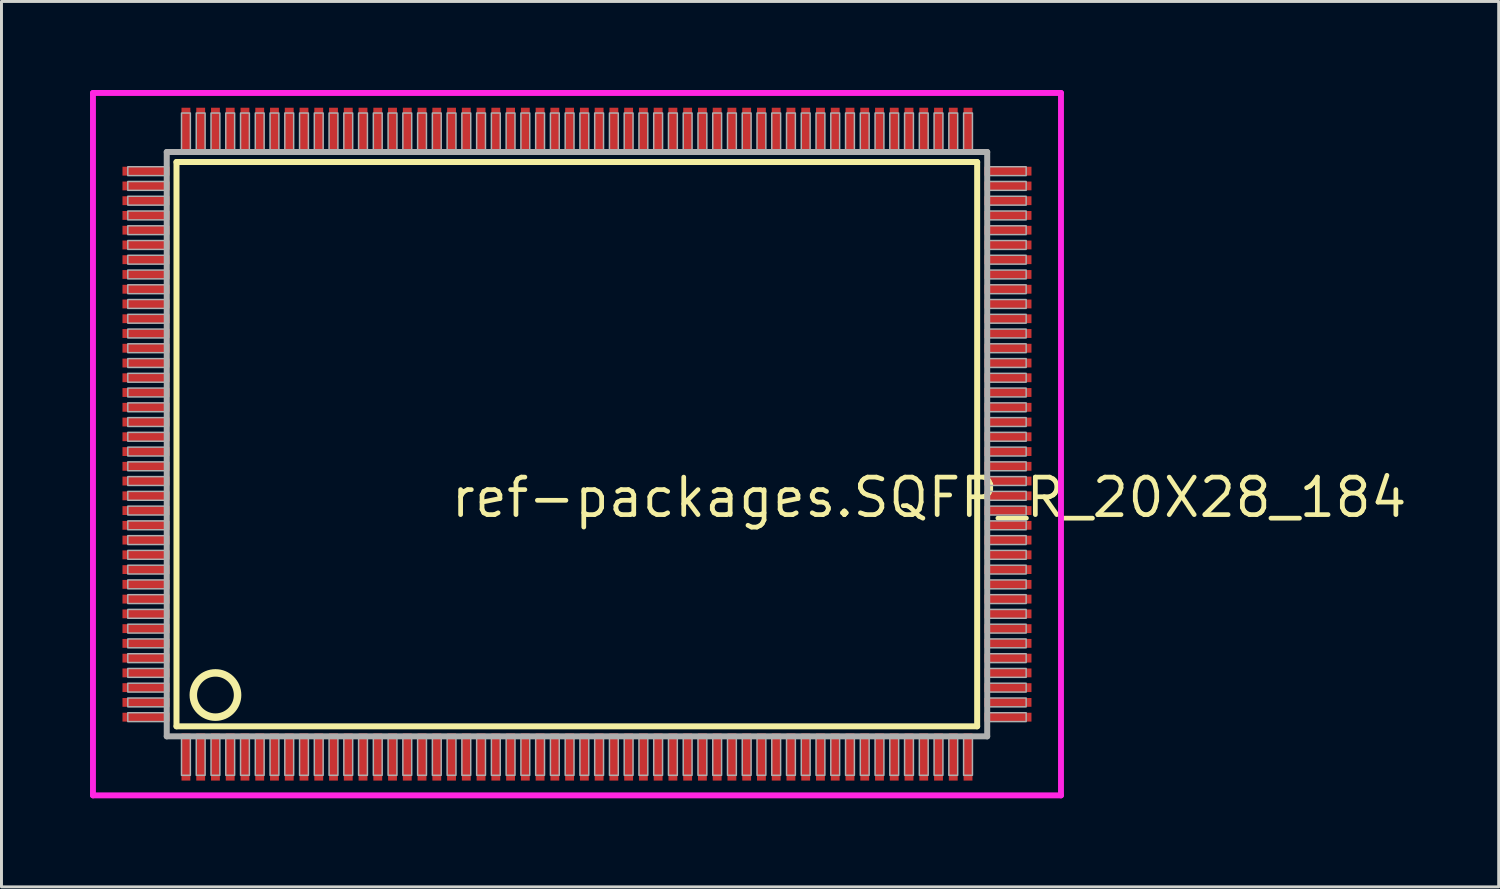
<source format=kicad_pcb>
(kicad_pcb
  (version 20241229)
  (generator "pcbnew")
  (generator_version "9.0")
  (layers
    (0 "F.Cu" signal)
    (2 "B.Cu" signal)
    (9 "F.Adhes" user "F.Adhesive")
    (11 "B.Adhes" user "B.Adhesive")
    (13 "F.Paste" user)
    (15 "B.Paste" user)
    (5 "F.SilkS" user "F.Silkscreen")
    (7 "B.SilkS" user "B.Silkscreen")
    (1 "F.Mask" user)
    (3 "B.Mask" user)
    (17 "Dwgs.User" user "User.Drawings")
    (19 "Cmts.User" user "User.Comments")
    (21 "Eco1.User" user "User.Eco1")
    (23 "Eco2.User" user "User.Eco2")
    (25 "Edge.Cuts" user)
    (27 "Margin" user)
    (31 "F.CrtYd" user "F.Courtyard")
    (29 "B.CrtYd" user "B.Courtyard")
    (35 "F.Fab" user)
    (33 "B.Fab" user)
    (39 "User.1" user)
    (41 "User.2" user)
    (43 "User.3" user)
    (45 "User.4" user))
  (footprint "ref-packages.SQFP_R_20X28_184"
    (layer "F.Cu")
    (at 16.5 12)
    (property "Reference" "ref-packages.SQFP_R_20X28_184" (at -4.35 2.55 0) (layer "F.SilkS") (effects (font (size 1.27 1.27) (thickness 0.16)) (justify left bottom)))
    (attr smd)
    (fp_line (start -13.57 -9.56) (end 13.56 -9.56) (stroke (width 0.203) (type default)) (layer "F.SilkS"))
    (fp_line (start -13.57 9.56) (end -13.57 -9.56) (stroke (width 0.203) (type default)) (layer "F.SilkS"))
    (fp_line (start 13.56 -9.56) (end 13.56 9.56) (stroke (width 0.203) (type default)) (layer "F.SilkS"))
    (fp_line (start 13.56 9.56) (end -13.57 9.56) (stroke (width 0.203) (type default)) (layer "F.SilkS"))
    (fp_circle (center -12.25 8.5) (end -11.5 8.5) (stroke (width 0.254) (type default)) (fill no) (layer "F.SilkS"))
    (fp_line (start -16.4 -11.9) (end 16.4 -11.9) (stroke (width 0.2) (type default)) (layer "F.CrtYd"))
    (fp_line (start -16.4 11.9) (end -16.4 -11.9) (stroke (width 0.2) (type default)) (layer "F.CrtYd"))
    (fp_line (start 16.4 -11.9) (end 16.4 11.9) (stroke (width 0.2) (type default)) (layer "F.CrtYd"))
    (fp_line (start 16.4 11.9) (end -16.4 11.9) (stroke (width 0.2) (type default)) (layer "F.CrtYd"))
    (fp_line (start -13.9 -9.9) (end -13.9 9.9) (stroke (width 0.203) (type default)) (layer "F.Fab"))
    (fp_line (start -13.9 9.9) (end 13.9 9.9) (stroke (width 0.203) (type default)) (layer "F.Fab"))
    (fp_line (start 13.9 -9.9) (end -13.9 -9.9) (stroke (width 0.203) (type default)) (layer "F.Fab"))
    (fp_line (start 13.9 9.9) (end 13.9 -9.9) (stroke (width 0.203) (type default)) (layer "F.Fab"))
    (fp_rect (start -15.22 -9.1) (end -13.95 -9.4) (stroke (width 0.05) (type default)) (fill no) (layer "F.Fab"))
    (fp_rect (start -15.22 -8.6) (end -13.95 -8.9) (stroke (width 0.05) (type default)) (fill no) (layer "F.Fab"))
    (fp_rect (start -15.22 -8.1) (end -13.95 -8.4) (stroke (width 0.05) (type default)) (fill no) (layer "F.Fab"))
    (fp_rect (start -15.22 -7.6) (end -13.95 -7.9) (stroke (width 0.05) (type default)) (fill no) (layer "F.Fab"))
    (fp_rect (start -15.22 -7.1) (end -13.95 -7.4) (stroke (width 0.05) (type default)) (fill no) (layer "F.Fab"))
    (fp_rect (start -15.22 -6.6) (end -13.95 -6.9) (stroke (width 0.05) (type default)) (fill no) (layer "F.Fab"))
    (fp_rect (start -15.22 -6.1) (end -13.95 -6.4) (stroke (width 0.05) (type default)) (fill no) (layer "F.Fab"))
    (fp_rect (start -15.22 -5.6) (end -13.95 -5.9) (stroke (width 0.05) (type default)) (fill no) (layer "F.Fab"))
    (fp_rect (start -15.22 -5.1) (end -13.95 -5.4) (stroke (width 0.05) (type default)) (fill no) (layer "F.Fab"))
    (fp_rect (start -15.22 -4.6) (end -13.95 -4.9) (stroke (width 0.05) (type default)) (fill no) (layer "F.Fab"))
    (fp_rect (start -15.22 -4.1) (end -13.95 -4.4) (stroke (width 0.05) (type default)) (fill no) (layer "F.Fab"))
    (fp_rect (start -15.22 -3.6) (end -13.95 -3.9) (stroke (width 0.05) (type default)) (fill no) (layer "F.Fab"))
    (fp_rect (start -15.22 -3.1) (end -13.95 -3.4) (stroke (width 0.05) (type default)) (fill no) (layer "F.Fab"))
    (fp_rect (start -15.22 -2.6) (end -13.95 -2.9) (stroke (width 0.05) (type default)) (fill no) (layer "F.Fab"))
    (fp_rect (start -15.22 -2.1) (end -13.95 -2.4) (stroke (width 0.05) (type default)) (fill no) (layer "F.Fab"))
    (fp_rect (start -15.22 -1.6) (end -13.95 -1.9) (stroke (width 0.05) (type default)) (fill no) (layer "F.Fab"))
    (fp_rect (start -15.22 -1.1) (end -13.95 -1.4) (stroke (width 0.05) (type default)) (fill no) (layer "F.Fab"))
    (fp_rect (start -15.22 -0.6) (end -13.95 -0.9) (stroke (width 0.05) (type default)) (fill no) (layer "F.Fab"))
    (fp_rect (start -15.22 -0.1) (end -13.95 -0.4) (stroke (width 0.05) (type default)) (fill no) (layer "F.Fab"))
    (fp_rect (start -15.22 0.4) (end -13.95 0.1) (stroke (width 0.05) (type default)) (fill no) (layer "F.Fab"))
    (fp_rect (start -15.22 0.9) (end -13.95 0.6) (stroke (width 0.05) (type default)) (fill no) (layer "F.Fab"))
    (fp_rect (start -15.22 1.4) (end -13.95 1.1) (stroke (width 0.05) (type default)) (fill no) (layer "F.Fab"))
    (fp_rect (start -15.22 1.9) (end -13.95 1.6) (stroke (width 0.05) (type default)) (fill no) (layer "F.Fab"))
    (fp_rect (start -15.22 2.4) (end -13.95 2.1) (stroke (width 0.05) (type default)) (fill no) (layer "F.Fab"))
    (fp_rect (start -15.22 2.9) (end -13.95 2.6) (stroke (width 0.05) (type default)) (fill no) (layer "F.Fab"))
    (fp_rect (start -15.22 3.4) (end -13.95 3.1) (stroke (width 0.05) (type default)) (fill no) (layer "F.Fab"))
    (fp_rect (start -15.22 3.9) (end -13.95 3.6) (stroke (width 0.05) (type default)) (fill no) (layer "F.Fab"))
    (fp_rect (start -15.22 4.4) (end -13.95 4.1) (stroke (width 0.05) (type default)) (fill no) (layer "F.Fab"))
    (fp_rect (start -15.22 4.9) (end -13.95 4.6) (stroke (width 0.05) (type default)) (fill no) (layer "F.Fab"))
    (fp_rect (start -15.22 5.4) (end -13.95 5.1) (stroke (width 0.05) (type default)) (fill no) (layer "F.Fab"))
    (fp_rect (start -15.22 5.9) (end -13.95 5.6) (stroke (width 0.05) (type default)) (fill no) (layer "F.Fab"))
    (fp_rect (start -15.22 6.4) (end -13.95 6.1) (stroke (width 0.05) (type default)) (fill no) (layer "F.Fab"))
    (fp_rect (start -15.22 6.9) (end -13.95 6.6) (stroke (width 0.05) (type default)) (fill no) (layer "F.Fab"))
    (fp_rect (start -15.22 7.4) (end -13.95 7.1) (stroke (width 0.05) (type default)) (fill no) (layer "F.Fab"))
    (fp_rect (start -15.22 7.9) (end -13.95 7.6) (stroke (width 0.05) (type default)) (fill no) (layer "F.Fab"))
    (fp_rect (start -15.22 8.4) (end -13.95 8.1) (stroke (width 0.05) (type default)) (fill no) (layer "F.Fab"))
    (fp_rect (start -15.22 8.9) (end -13.95 8.6) (stroke (width 0.05) (type default)) (fill no) (layer "F.Fab"))
    (fp_rect (start -15.22 9.4) (end -13.95 9.1) (stroke (width 0.05) (type default)) (fill no) (layer "F.Fab"))
    (fp_rect (start -13.4 -9.95) (end -13.1 -11.22) (stroke (width 0.05) (type default)) (fill no) (layer "F.Fab"))
    (fp_rect (start -13.4 11.22) (end -13.1 9.95) (stroke (width 0.05) (type default)) (fill no) (layer "F.Fab"))
    (fp_rect (start -12.9 -9.95) (end -12.6 -11.22) (stroke (width 0.05) (type default)) (fill no) (layer "F.Fab"))
    (fp_rect (start -12.9 11.22) (end -12.6 9.95) (stroke (width 0.05) (type default)) (fill no) (layer "F.Fab"))
    (fp_rect (start -12.4 -9.95) (end -12.1 -11.22) (stroke (width 0.05) (type default)) (fill no) (layer "F.Fab"))
    (fp_rect (start -12.4 11.22) (end -12.1 9.95) (stroke (width 0.05) (type default)) (fill no) (layer "F.Fab"))
    (fp_rect (start -11.9 -9.95) (end -11.6 -11.22) (stroke (width 0.05) (type default)) (fill no) (layer "F.Fab"))
    (fp_rect (start -11.9 11.22) (end -11.6 9.95) (stroke (width 0.05) (type default)) (fill no) (layer "F.Fab"))
    (fp_rect (start -11.4 -9.95) (end -11.1 -11.22) (stroke (width 0.05) (type default)) (fill no) (layer "F.Fab"))
    (fp_rect (start -11.4 11.22) (end -11.1 9.95) (stroke (width 0.05) (type default)) (fill no) (layer "F.Fab"))
    (fp_rect (start -10.9 -9.95) (end -10.6 -11.22) (stroke (width 0.05) (type default)) (fill no) (layer "F.Fab"))
    (fp_rect (start -10.9 11.22) (end -10.6 9.95) (stroke (width 0.05) (type default)) (fill no) (layer "F.Fab"))
    (fp_rect (start -10.4 -9.95) (end -10.1 -11.22) (stroke (width 0.05) (type default)) (fill no) (layer "F.Fab"))
    (fp_rect (start -10.4 11.22) (end -10.1 9.95) (stroke (width 0.05) (type default)) (fill no) (layer "F.Fab"))
    (fp_rect (start -9.9 -9.95) (end -9.6 -11.22) (stroke (width 0.05) (type default)) (fill no) (layer "F.Fab"))
    (fp_rect (start -9.9 11.22) (end -9.6 9.95) (stroke (width 0.05) (type default)) (fill no) (layer "F.Fab"))
    (fp_rect (start -9.4 -9.95) (end -9.1 -11.22) (stroke (width 0.05) (type default)) (fill no) (layer "F.Fab"))
    (fp_rect (start -9.4 11.22) (end -9.1 9.95) (stroke (width 0.05) (type default)) (fill no) (layer "F.Fab"))
    (fp_rect (start -8.9 -9.95) (end -8.6 -11.22) (stroke (width 0.05) (type default)) (fill no) (layer "F.Fab"))
    (fp_rect (start -8.9 11.22) (end -8.6 9.95) (stroke (width 0.05) (type default)) (fill no) (layer "F.Fab"))
    (fp_rect (start -8.4 -9.95) (end -8.1 -11.22) (stroke (width 0.05) (type default)) (fill no) (layer "F.Fab"))
    (fp_rect (start -8.4 11.22) (end -8.1 9.95) (stroke (width 0.05) (type default)) (fill no) (layer "F.Fab"))
    (fp_rect (start -7.9 -9.95) (end -7.6 -11.22) (stroke (width 0.05) (type default)) (fill no) (layer "F.Fab"))
    (fp_rect (start -7.9 11.22) (end -7.6 9.95) (stroke (width 0.05) (type default)) (fill no) (layer "F.Fab"))
    (fp_rect (start -7.4 -9.95) (end -7.1 -11.22) (stroke (width 0.05) (type default)) (fill no) (layer "F.Fab"))
    (fp_rect (start -7.4 11.22) (end -7.1 9.95) (stroke (width 0.05) (type default)) (fill no) (layer "F.Fab"))
    (fp_rect (start -6.9 -9.95) (end -6.6 -11.22) (stroke (width 0.05) (type default)) (fill no) (layer "F.Fab"))
    (fp_rect (start -6.9 11.22) (end -6.6 9.95) (stroke (width 0.05) (type default)) (fill no) (layer "F.Fab"))
    (fp_rect (start -6.4 -9.95) (end -6.1 -11.22) (stroke (width 0.05) (type default)) (fill no) (layer "F.Fab"))
    (fp_rect (start -6.4 11.22) (end -6.1 9.95) (stroke (width 0.05) (type default)) (fill no) (layer "F.Fab"))
    (fp_rect (start -5.9 -9.95) (end -5.6 -11.22) (stroke (width 0.05) (type default)) (fill no) (layer "F.Fab"))
    (fp_rect (start -5.9 11.22) (end -5.6 9.95) (stroke (width 0.05) (type default)) (fill no) (layer "F.Fab"))
    (fp_rect (start -5.4 -9.95) (end -5.1 -11.22) (stroke (width 0.05) (type default)) (fill no) (layer "F.Fab"))
    (fp_rect (start -5.4 11.22) (end -5.1 9.95) (stroke (width 0.05) (type default)) (fill no) (layer "F.Fab"))
    (fp_rect (start -4.9 -9.95) (end -4.6 -11.22) (stroke (width 0.05) (type default)) (fill no) (layer "F.Fab"))
    (fp_rect (start -4.9 11.22) (end -4.6 9.95) (stroke (width 0.05) (type default)) (fill no) (layer "F.Fab"))
    (fp_rect (start -4.4 -9.95) (end -4.1 -11.22) (stroke (width 0.05) (type default)) (fill no) (layer "F.Fab"))
    (fp_rect (start -4.4 11.22) (end -4.1 9.95) (stroke (width 0.05) (type default)) (fill no) (layer "F.Fab"))
    (fp_rect (start -3.9 -9.95) (end -3.6 -11.22) (stroke (width 0.05) (type default)) (fill no) (layer "F.Fab"))
    (fp_rect (start -3.9 11.22) (end -3.6 9.95) (stroke (width 0.05) (type default)) (fill no) (layer "F.Fab"))
    (fp_rect (start -3.4 -9.95) (end -3.1 -11.22) (stroke (width 0.05) (type default)) (fill no) (layer "F.Fab"))
    (fp_rect (start -3.4 11.22) (end -3.1 9.95) (stroke (width 0.05) (type default)) (fill no) (layer "F.Fab"))
    (fp_rect (start -2.9 -9.95) (end -2.6 -11.22) (stroke (width 0.05) (type default)) (fill no) (layer "F.Fab"))
    (fp_rect (start -2.9 11.22) (end -2.6 9.95) (stroke (width 0.05) (type default)) (fill no) (layer "F.Fab"))
    (fp_rect (start -2.4 -9.95) (end -2.1 -11.22) (stroke (width 0.05) (type default)) (fill no) (layer "F.Fab"))
    (fp_rect (start -2.4 11.22) (end -2.1 9.95) (stroke (width 0.05) (type default)) (fill no) (layer "F.Fab"))
    (fp_rect (start -1.9 -9.95) (end -1.6 -11.22) (stroke (width 0.05) (type default)) (fill no) (layer "F.Fab"))
    (fp_rect (start -1.9 11.22) (end -1.6 9.95) (stroke (width 0.05) (type default)) (fill no) (layer "F.Fab"))
    (fp_rect (start -1.4 -9.95) (end -1.1 -11.22) (stroke (width 0.05) (type default)) (fill no) (layer "F.Fab"))
    (fp_rect (start -1.4 11.22) (end -1.1 9.95) (stroke (width 0.05) (type default)) (fill no) (layer "F.Fab"))
    (fp_rect (start -0.9 -9.95) (end -0.6 -11.22) (stroke (width 0.05) (type default)) (fill no) (layer "F.Fab"))
    (fp_rect (start -0.9 11.22) (end -0.6 9.95) (stroke (width 0.05) (type default)) (fill no) (layer "F.Fab"))
    (fp_rect (start -0.4 -9.95) (end -0.1 -11.22) (stroke (width 0.05) (type default)) (fill no) (layer "F.Fab"))
    (fp_rect (start -0.4 11.22) (end -0.1 9.95) (stroke (width 0.05) (type default)) (fill no) (layer "F.Fab"))
    (fp_rect (start 0.1 -9.95) (end 0.4 -11.22) (stroke (width 0.05) (type default)) (fill no) (layer "F.Fab"))
    (fp_rect (start 0.1 11.22) (end 0.4 9.95) (stroke (width 0.05) (type default)) (fill no) (layer "F.Fab"))
    (fp_rect (start 0.6 -9.95) (end 0.9 -11.22) (stroke (width 0.05) (type default)) (fill no) (layer "F.Fab"))
    (fp_rect (start 0.6 11.22) (end 0.9 9.95) (stroke (width 0.05) (type default)) (fill no) (layer "F.Fab"))
    (fp_rect (start 1.1 -9.95) (end 1.4 -11.22) (stroke (width 0.05) (type default)) (fill no) (layer "F.Fab"))
    (fp_rect (start 1.1 11.22) (end 1.4 9.95) (stroke (width 0.05) (type default)) (fill no) (layer "F.Fab"))
    (fp_rect (start 1.6 -9.95) (end 1.9 -11.22) (stroke (width 0.05) (type default)) (fill no) (layer "F.Fab"))
    (fp_rect (start 1.6 11.22) (end 1.9 9.95) (stroke (width 0.05) (type default)) (fill no) (layer "F.Fab"))
    (fp_rect (start 2.1 -9.95) (end 2.4 -11.22) (stroke (width 0.05) (type default)) (fill no) (layer "F.Fab"))
    (fp_rect (start 2.1 11.22) (end 2.4 9.95) (stroke (width 0.05) (type default)) (fill no) (layer "F.Fab"))
    (fp_rect (start 2.6 -9.95) (end 2.9 -11.22) (stroke (width 0.05) (type default)) (fill no) (layer "F.Fab"))
    (fp_rect (start 2.6 11.22) (end 2.9 9.95) (stroke (width 0.05) (type default)) (fill no) (layer "F.Fab"))
    (fp_rect (start 3.1 -9.95) (end 3.4 -11.22) (stroke (width 0.05) (type default)) (fill no) (layer "F.Fab"))
    (fp_rect (start 3.1 11.22) (end 3.4 9.95) (stroke (width 0.05) (type default)) (fill no) (layer "F.Fab"))
    (fp_rect (start 3.6 -9.95) (end 3.9 -11.22) (stroke (width 0.05) (type default)) (fill no) (layer "F.Fab"))
    (fp_rect (start 3.6 11.22) (end 3.9 9.95) (stroke (width 0.05) (type default)) (fill no) (layer "F.Fab"))
    (fp_rect (start 4.1 -9.95) (end 4.4 -11.22) (stroke (width 0.05) (type default)) (fill no) (layer "F.Fab"))
    (fp_rect (start 4.1 11.22) (end 4.4 9.95) (stroke (width 0.05) (type default)) (fill no) (layer "F.Fab"))
    (fp_rect (start 4.6 -9.95) (end 4.9 -11.22) (stroke (width 0.05) (type default)) (fill no) (layer "F.Fab"))
    (fp_rect (start 4.6 11.22) (end 4.9 9.95) (stroke (width 0.05) (type default)) (fill no) (layer "F.Fab"))
    (fp_rect (start 5.1 -9.95) (end 5.4 -11.22) (stroke (width 0.05) (type default)) (fill no) (layer "F.Fab"))
    (fp_rect (start 5.1 11.22) (end 5.4 9.95) (stroke (width 0.05) (type default)) (fill no) (layer "F.Fab"))
    (fp_rect (start 5.6 -9.95) (end 5.9 -11.22) (stroke (width 0.05) (type default)) (fill no) (layer "F.Fab"))
    (fp_rect (start 5.6 11.22) (end 5.9 9.95) (stroke (width 0.05) (type default)) (fill no) (layer "F.Fab"))
    (fp_rect (start 6.1 -9.95) (end 6.4 -11.22) (stroke (width 0.05) (type default)) (fill no) (layer "F.Fab"))
    (fp_rect (start 6.1 11.22) (end 6.4 9.95) (stroke (width 0.05) (type default)) (fill no) (layer "F.Fab"))
    (fp_rect (start 6.6 -9.95) (end 6.9 -11.22) (stroke (width 0.05) (type default)) (fill no) (layer "F.Fab"))
    (fp_rect (start 6.6 11.22) (end 6.9 9.95) (stroke (width 0.05) (type default)) (fill no) (layer "F.Fab"))
    (fp_rect (start 7.1 -9.95) (end 7.4 -11.22) (stroke (width 0.05) (type default)) (fill no) (layer "F.Fab"))
    (fp_rect (start 7.1 11.22) (end 7.4 9.95) (stroke (width 0.05) (type default)) (fill no) (layer "F.Fab"))
    (fp_rect (start 7.6 -9.95) (end 7.9 -11.22) (stroke (width 0.05) (type default)) (fill no) (layer "F.Fab"))
    (fp_rect (start 7.6 11.22) (end 7.9 9.95) (stroke (width 0.05) (type default)) (fill no) (layer "F.Fab"))
    (fp_rect (start 8.1 -9.95) (end 8.4 -11.22) (stroke (width 0.05) (type default)) (fill no) (layer "F.Fab"))
    (fp_rect (start 8.1 11.22) (end 8.4 9.95) (stroke (width 0.05) (type default)) (fill no) (layer "F.Fab"))
    (fp_rect (start 8.6 -9.95) (end 8.9 -11.22) (stroke (width 0.05) (type default)) (fill no) (layer "F.Fab"))
    (fp_rect (start 8.6 11.22) (end 8.9 9.95) (stroke (width 0.05) (type default)) (fill no) (layer "F.Fab"))
    (fp_rect (start 9.1 -9.95) (end 9.4 -11.22) (stroke (width 0.05) (type default)) (fill no) (layer "F.Fab"))
    (fp_rect (start 9.1 11.22) (end 9.4 9.95) (stroke (width 0.05) (type default)) (fill no) (layer "F.Fab"))
    (fp_rect (start 9.6 -9.95) (end 9.9 -11.22) (stroke (width 0.05) (type default)) (fill no) (layer "F.Fab"))
    (fp_rect (start 9.6 11.22) (end 9.9 9.95) (stroke (width 0.05) (type default)) (fill no) (layer "F.Fab"))
    (fp_rect (start 10.1 -9.95) (end 10.4 -11.22) (stroke (width 0.05) (type default)) (fill no) (layer "F.Fab"))
    (fp_rect (start 10.1 11.22) (end 10.4 9.95) (stroke (width 0.05) (type default)) (fill no) (layer "F.Fab"))
    (fp_rect (start 10.6 -9.95) (end 10.9 -11.22) (stroke (width 0.05) (type default)) (fill no) (layer "F.Fab"))
    (fp_rect (start 10.6 11.22) (end 10.9 9.95) (stroke (width 0.05) (type default)) (fill no) (layer "F.Fab"))
    (fp_rect (start 11.1 -9.95) (end 11.4 -11.22) (stroke (width 0.05) (type default)) (fill no) (layer "F.Fab"))
    (fp_rect (start 11.1 11.22) (end 11.4 9.95) (stroke (width 0.05) (type default)) (fill no) (layer "F.Fab"))
    (fp_rect (start 11.6 -9.95) (end 11.9 -11.22) (stroke (width 0.05) (type default)) (fill no) (layer "F.Fab"))
    (fp_rect (start 11.6 11.22) (end 11.9 9.95) (stroke (width 0.05) (type default)) (fill no) (layer "F.Fab"))
    (fp_rect (start 12.1 -9.95) (end 12.4 -11.22) (stroke (width 0.05) (type default)) (fill no) (layer "F.Fab"))
    (fp_rect (start 12.1 11.22) (end 12.4 9.95) (stroke (width 0.05) (type default)) (fill no) (layer "F.Fab"))
    (fp_rect (start 12.6 -9.95) (end 12.9 -11.22) (stroke (width 0.05) (type default)) (fill no) (layer "F.Fab"))
    (fp_rect (start 12.6 11.22) (end 12.9 9.95) (stroke (width 0.05) (type default)) (fill no) (layer "F.Fab"))
    (fp_rect (start 13.1 -9.95) (end 13.4 -11.22) (stroke (width 0.05) (type default)) (fill no) (layer "F.Fab"))
    (fp_rect (start 13.1 11.22) (end 13.4 9.95) (stroke (width 0.05) (type default)) (fill no) (layer "F.Fab"))
    (fp_rect (start 13.95 -9.1) (end 15.22 -9.4) (stroke (width 0.05) (type default)) (fill no) (layer "F.Fab"))
    (fp_rect (start 13.95 -8.6) (end 15.22 -8.9) (stroke (width 0.05) (type default)) (fill no) (layer "F.Fab"))
    (fp_rect (start 13.95 -8.1) (end 15.22 -8.4) (stroke (width 0.05) (type default)) (fill no) (layer "F.Fab"))
    (fp_rect (start 13.95 -7.6) (end 15.22 -7.9) (stroke (width 0.05) (type default)) (fill no) (layer "F.Fab"))
    (fp_rect (start 13.95 -7.1) (end 15.22 -7.4) (stroke (width 0.05) (type default)) (fill no) (layer "F.Fab"))
    (fp_rect (start 13.95 -6.6) (end 15.22 -6.9) (stroke (width 0.05) (type default)) (fill no) (layer "F.Fab"))
    (fp_rect (start 13.95 -6.1) (end 15.22 -6.4) (stroke (width 0.05) (type default)) (fill no) (layer "F.Fab"))
    (fp_rect (start 13.95 -5.6) (end 15.22 -5.9) (stroke (width 0.05) (type default)) (fill no) (layer "F.Fab"))
    (fp_rect (start 13.95 -5.1) (end 15.22 -5.4) (stroke (width 0.05) (type default)) (fill no) (layer "F.Fab"))
    (fp_rect (start 13.95 -4.6) (end 15.22 -4.9) (stroke (width 0.05) (type default)) (fill no) (layer "F.Fab"))
    (fp_rect (start 13.95 -4.1) (end 15.22 -4.4) (stroke (width 0.05) (type default)) (fill no) (layer "F.Fab"))
    (fp_rect (start 13.95 -3.6) (end 15.22 -3.9) (stroke (width 0.05) (type default)) (fill no) (layer "F.Fab"))
    (fp_rect (start 13.95 -3.1) (end 15.22 -3.4) (stroke (width 0.05) (type default)) (fill no) (layer "F.Fab"))
    (fp_rect (start 13.95 -2.6) (end 15.22 -2.9) (stroke (width 0.05) (type default)) (fill no) (layer "F.Fab"))
    (fp_rect (start 13.95 -2.1) (end 15.22 -2.4) (stroke (width 0.05) (type default)) (fill no) (layer "F.Fab"))
    (fp_rect (start 13.95 -1.6) (end 15.22 -1.9) (stroke (width 0.05) (type default)) (fill no) (layer "F.Fab"))
    (fp_rect (start 13.95 -1.1) (end 15.22 -1.4) (stroke (width 0.05) (type default)) (fill no) (layer "F.Fab"))
    (fp_rect (start 13.95 -0.6) (end 15.22 -0.9) (stroke (width 0.05) (type default)) (fill no) (layer "F.Fab"))
    (fp_rect (start 13.95 -0.1) (end 15.22 -0.4) (stroke (width 0.05) (type default)) (fill no) (layer "F.Fab"))
    (fp_rect (start 13.95 0.4) (end 15.22 0.1) (stroke (width 0.05) (type default)) (fill no) (layer "F.Fab"))
    (fp_rect (start 13.95 0.9) (end 15.22 0.6) (stroke (width 0.05) (type default)) (fill no) (layer "F.Fab"))
    (fp_rect (start 13.95 1.4) (end 15.22 1.1) (stroke (width 0.05) (type default)) (fill no) (layer "F.Fab"))
    (fp_rect (start 13.95 1.9) (end 15.22 1.6) (stroke (width 0.05) (type default)) (fill no) (layer "F.Fab"))
    (fp_rect (start 13.95 2.4) (end 15.22 2.1) (stroke (width 0.05) (type default)) (fill no) (layer "F.Fab"))
    (fp_rect (start 13.95 2.9) (end 15.22 2.6) (stroke (width 0.05) (type default)) (fill no) (layer "F.Fab"))
    (fp_rect (start 13.95 3.4) (end 15.22 3.1) (stroke (width 0.05) (type default)) (fill no) (layer "F.Fab"))
    (fp_rect (start 13.95 3.9) (end 15.22 3.6) (stroke (width 0.05) (type default)) (fill no) (layer "F.Fab"))
    (fp_rect (start 13.95 4.4) (end 15.22 4.1) (stroke (width 0.05) (type default)) (fill no) (layer "F.Fab"))
    (fp_rect (start 13.95 4.9) (end 15.22 4.6) (stroke (width 0.05) (type default)) (fill no) (layer "F.Fab"))
    (fp_rect (start 13.95 5.4) (end 15.22 5.1) (stroke (width 0.05) (type default)) (fill no) (layer "F.Fab"))
    (fp_rect (start 13.95 5.9) (end 15.22 5.6) (stroke (width 0.05) (type default)) (fill no) (layer "F.Fab"))
    (fp_rect (start 13.95 6.4) (end 15.22 6.1) (stroke (width 0.05) (type default)) (fill no) (layer "F.Fab"))
    (fp_rect (start 13.95 6.9) (end 15.22 6.6) (stroke (width 0.05) (type default)) (fill no) (layer "F.Fab"))
    (fp_rect (start 13.95 7.4) (end 15.22 7.1) (stroke (width 0.05) (type default)) (fill no) (layer "F.Fab"))
    (fp_rect (start 13.95 7.9) (end 15.22 7.6) (stroke (width 0.05) (type default)) (fill no) (layer "F.Fab"))
    (fp_rect (start 13.95 8.4) (end 15.22 8.1) (stroke (width 0.05) (type default)) (fill no) (layer "F.Fab"))
    (fp_rect (start 13.95 8.9) (end 15.22 8.6) (stroke (width 0.05) (type default)) (fill no) (layer "F.Fab"))
    (fp_rect (start 13.95 9.4) (end 15.22 9.1) (stroke (width 0.05) (type default)) (fill no) (layer "F.Fab"))
    (pad "1" smd roundrect (at -13.25 10.6) (size 0.3 1.6) (layers "F.Cu" "F.Mask" "F.Paste") (roundrect_rratio 0.01))
    (pad "2" smd roundrect (at -12.75 10.6) (size 0.3 1.6) (layers "F.Cu" "F.Mask" "F.Paste") (roundrect_rratio 0.01))
    (pad "3" smd roundrect (at -12.25 10.6) (size 0.3 1.6) (layers "F.Cu" "F.Mask" "F.Paste") (roundrect_rratio 0.01))
    (pad "4" smd roundrect (at -11.75 10.6) (size 0.3 1.6) (layers "F.Cu" "F.Mask" "F.Paste") (roundrect_rratio 0.01))
    (pad "5" smd roundrect (at -11.25 10.6) (size 0.3 1.6) (layers "F.Cu" "F.Mask" "F.Paste") (roundrect_rratio 0.01))
    (pad "6" smd roundrect (at -10.75 10.6) (size 0.3 1.6) (layers "F.Cu" "F.Mask" "F.Paste") (roundrect_rratio 0.01))
    (pad "7" smd roundrect (at -10.25 10.6) (size 0.3 1.6) (layers "F.Cu" "F.Mask" "F.Paste") (roundrect_rratio 0.01))
    (pad "8" smd roundrect (at -9.75 10.6) (size 0.3 1.6) (layers "F.Cu" "F.Mask" "F.Paste") (roundrect_rratio 0.01))
    (pad "9" smd roundrect (at -9.25 10.6) (size 0.3 1.6) (layers "F.Cu" "F.Mask" "F.Paste") (roundrect_rratio 0.01))
    (pad "10" smd roundrect (at -8.75 10.6) (size 0.3 1.6) (layers "F.Cu" "F.Mask" "F.Paste") (roundrect_rratio 0.01))
    (pad "11" smd roundrect (at -8.25 10.6) (size 0.3 1.6) (layers "F.Cu" "F.Mask" "F.Paste") (roundrect_rratio 0.01))
    (pad "12" smd roundrect (at -7.75 10.6) (size 0.3 1.6) (layers "F.Cu" "F.Mask" "F.Paste") (roundrect_rratio 0.01))
    (pad "13" smd roundrect (at -7.25 10.6) (size 0.3 1.6) (layers "F.Cu" "F.Mask" "F.Paste") (roundrect_rratio 0.01))
    (pad "14" smd roundrect (at -6.75 10.6) (size 0.3 1.6) (layers "F.Cu" "F.Mask" "F.Paste") (roundrect_rratio 0.01))
    (pad "15" smd roundrect (at -6.25 10.6) (size 0.3 1.6) (layers "F.Cu" "F.Mask" "F.Paste") (roundrect_rratio 0.01))
    (pad "16" smd roundrect (at -5.75 10.6) (size 0.3 1.6) (layers "F.Cu" "F.Mask" "F.Paste") (roundrect_rratio 0.01))
    (pad "17" smd roundrect (at -5.25 10.6) (size 0.3 1.6) (layers "F.Cu" "F.Mask" "F.Paste") (roundrect_rratio 0.01))
    (pad "18" smd roundrect (at -4.75 10.6) (size 0.3 1.6) (layers "F.Cu" "F.Mask" "F.Paste") (roundrect_rratio 0.01))
    (pad "19" smd roundrect (at -4.25 10.6) (size 0.3 1.6) (layers "F.Cu" "F.Mask" "F.Paste") (roundrect_rratio 0.01))
    (pad "20" smd roundrect (at -3.75 10.6) (size 0.3 1.6) (layers "F.Cu" "F.Mask" "F.Paste") (roundrect_rratio 0.01))
    (pad "21" smd roundrect (at -3.25 10.6) (size 0.3 1.6) (layers "F.Cu" "F.Mask" "F.Paste") (roundrect_rratio 0.01))
    (pad "22" smd roundrect (at -2.75 10.6) (size 0.3 1.6) (layers "F.Cu" "F.Mask" "F.Paste") (roundrect_rratio 0.01))
    (pad "23" smd roundrect (at -2.25 10.6) (size 0.3 1.6) (layers "F.Cu" "F.Mask" "F.Paste") (roundrect_rratio 0.01))
    (pad "24" smd roundrect (at -1.75 10.6) (size 0.3 1.6) (layers "F.Cu" "F.Mask" "F.Paste") (roundrect_rratio 0.01))
    (pad "25" smd roundrect (at -1.25 10.6) (size 0.3 1.6) (layers "F.Cu" "F.Mask" "F.Paste") (roundrect_rratio 0.01))
    (pad "26" smd roundrect (at -0.75 10.6) (size 0.3 1.6) (layers "F.Cu" "F.Mask" "F.Paste") (roundrect_rratio 0.01))
    (pad "27" smd roundrect (at -0.25 10.6) (size 0.3 1.6) (layers "F.Cu" "F.Mask" "F.Paste") (roundrect_rratio 0.01))
    (pad "28" smd roundrect (at 0.25 10.6) (size 0.3 1.6) (layers "F.Cu" "F.Mask" "F.Paste") (roundrect_rratio 0.01))
    (pad "29" smd roundrect (at 0.75 10.6) (size 0.3 1.6) (layers "F.Cu" "F.Mask" "F.Paste") (roundrect_rratio 0.01))
    (pad "30" smd roundrect (at 1.25 10.6) (size 0.3 1.6) (layers "F.Cu" "F.Mask" "F.Paste") (roundrect_rratio 0.01))
    (pad "31" smd roundrect (at 1.75 10.6) (size 0.3 1.6) (layers "F.Cu" "F.Mask" "F.Paste") (roundrect_rratio 0.01))
    (pad "32" smd roundrect (at 2.25 10.6) (size 0.3 1.6) (layers "F.Cu" "F.Mask" "F.Paste") (roundrect_rratio 0.01))
    (pad "33" smd roundrect (at 2.75 10.6) (size 0.3 1.6) (layers "F.Cu" "F.Mask" "F.Paste") (roundrect_rratio 0.01))
    (pad "34" smd roundrect (at 3.25 10.6) (size 0.3 1.6) (layers "F.Cu" "F.Mask" "F.Paste") (roundrect_rratio 0.01))
    (pad "35" smd roundrect (at 3.75 10.6) (size 0.3 1.6) (layers "F.Cu" "F.Mask" "F.Paste") (roundrect_rratio 0.01))
    (pad "36" smd roundrect (at 4.25 10.6) (size 0.3 1.6) (layers "F.Cu" "F.Mask" "F.Paste") (roundrect_rratio 0.01))
    (pad "37" smd roundrect (at 4.75 10.6) (size 0.3 1.6) (layers "F.Cu" "F.Mask" "F.Paste") (roundrect_rratio 0.01))
    (pad "38" smd roundrect (at 5.25 10.6) (size 0.3 1.6) (layers "F.Cu" "F.Mask" "F.Paste") (roundrect_rratio 0.01))
    (pad "39" smd roundrect (at 5.75 10.6) (size 0.3 1.6) (layers "F.Cu" "F.Mask" "F.Paste") (roundrect_rratio 0.01))
    (pad "40" smd roundrect (at 6.25 10.6) (size 0.3 1.6) (layers "F.Cu" "F.Mask" "F.Paste") (roundrect_rratio 0.01))
    (pad "41" smd roundrect (at 6.75 10.6) (size 0.3 1.6) (layers "F.Cu" "F.Mask" "F.Paste") (roundrect_rratio 0.01))
    (pad "42" smd roundrect (at 7.25 10.6) (size 0.3 1.6) (layers "F.Cu" "F.Mask" "F.Paste") (roundrect_rratio 0.01))
    (pad "43" smd roundrect (at 7.75 10.6) (size 0.3 1.6) (layers "F.Cu" "F.Mask" "F.Paste") (roundrect_rratio 0.01))
    (pad "44" smd roundrect (at 8.25 10.6) (size 0.3 1.6) (layers "F.Cu" "F.Mask" "F.Paste") (roundrect_rratio 0.01))
    (pad "45" smd roundrect (at 8.75 10.6) (size 0.3 1.6) (layers "F.Cu" "F.Mask" "F.Paste") (roundrect_rratio 0.01))
    (pad "46" smd roundrect (at 9.25 10.6) (size 0.3 1.6) (layers "F.Cu" "F.Mask" "F.Paste") (roundrect_rratio 0.01))
    (pad "47" smd roundrect (at 9.75 10.6) (size 0.3 1.6) (layers "F.Cu" "F.Mask" "F.Paste") (roundrect_rratio 0.01))
    (pad "48" smd roundrect (at 10.25 10.6) (size 0.3 1.6) (layers "F.Cu" "F.Mask" "F.Paste") (roundrect_rratio 0.01))
    (pad "49" smd roundrect (at 10.75 10.6) (size 0.3 1.6) (layers "F.Cu" "F.Mask" "F.Paste") (roundrect_rratio 0.01))
    (pad "50" smd roundrect (at 11.25 10.6) (size 0.3 1.6) (layers "F.Cu" "F.Mask" "F.Paste") (roundrect_rratio 0.01))
    (pad "51" smd roundrect (at 11.75 10.6) (size 0.3 1.6) (layers "F.Cu" "F.Mask" "F.Paste") (roundrect_rratio 0.01))
    (pad "52" smd roundrect (at 12.25 10.6) (size 0.3 1.6) (layers "F.Cu" "F.Mask" "F.Paste") (roundrect_rratio 0.01))
    (pad "53" smd roundrect (at 12.75 10.6) (size 0.3 1.6) (layers "F.Cu" "F.Mask" "F.Paste") (roundrect_rratio 0.01))
    (pad "54" smd roundrect (at 13.25 10.6) (size 0.3 1.6) (layers "F.Cu" "F.Mask" "F.Paste") (roundrect_rratio 0.01))
    (pad "55" smd roundrect (at 14.6 9.25) (size 1.6 0.3) (layers "F.Cu" "F.Mask" "F.Paste") (roundrect_rratio 0.01))
    (pad "56" smd roundrect (at 14.6 8.75) (size 1.6 0.3) (layers "F.Cu" "F.Mask" "F.Paste") (roundrect_rratio 0.01))
    (pad "57" smd roundrect (at 14.6 8.25) (size 1.6 0.3) (layers "F.Cu" "F.Mask" "F.Paste") (roundrect_rratio 0.01))
    (pad "58" smd roundrect (at 14.6 7.75) (size 1.6 0.3) (layers "F.Cu" "F.Mask" "F.Paste") (roundrect_rratio 0.01))
    (pad "59" smd roundrect (at 14.6 7.25) (size 1.6 0.3) (layers "F.Cu" "F.Mask" "F.Paste") (roundrect_rratio 0.01))
    (pad "60" smd roundrect (at 14.6 6.75) (size 1.6 0.3) (layers "F.Cu" "F.Mask" "F.Paste") (roundrect_rratio 0.01))
    (pad "61" smd roundrect (at 14.6 6.25) (size 1.6 0.3) (layers "F.Cu" "F.Mask" "F.Paste") (roundrect_rratio 0.01))
    (pad "62" smd roundrect (at 14.6 5.75) (size 1.6 0.3) (layers "F.Cu" "F.Mask" "F.Paste") (roundrect_rratio 0.01))
    (pad "63" smd roundrect (at 14.6 5.25) (size 1.6 0.3) (layers "F.Cu" "F.Mask" "F.Paste") (roundrect_rratio 0.01))
    (pad "64" smd roundrect (at 14.6 4.75) (size 1.6 0.3) (layers "F.Cu" "F.Mask" "F.Paste") (roundrect_rratio 0.01))
    (pad "65" smd roundrect (at 14.6 4.25) (size 1.6 0.3) (layers "F.Cu" "F.Mask" "F.Paste") (roundrect_rratio 0.01))
    (pad "66" smd roundrect (at 14.6 3.75) (size 1.6 0.3) (layers "F.Cu" "F.Mask" "F.Paste") (roundrect_rratio 0.01))
    (pad "67" smd roundrect (at 14.6 3.25) (size 1.6 0.3) (layers "F.Cu" "F.Mask" "F.Paste") (roundrect_rratio 0.01))
    (pad "68" smd roundrect (at 14.6 2.75) (size 1.6 0.3) (layers "F.Cu" "F.Mask" "F.Paste") (roundrect_rratio 0.01))
    (pad "69" smd roundrect (at 14.6 2.25) (size 1.6 0.3) (layers "F.Cu" "F.Mask" "F.Paste") (roundrect_rratio 0.01))
    (pad "70" smd roundrect (at 14.6 1.75) (size 1.6 0.3) (layers "F.Cu" "F.Mask" "F.Paste") (roundrect_rratio 0.01))
    (pad "71" smd roundrect (at 14.6 1.25) (size 1.6 0.3) (layers "F.Cu" "F.Mask" "F.Paste") (roundrect_rratio 0.01))
    (pad "72" smd roundrect (at 14.6 0.75) (size 1.6 0.3) (layers "F.Cu" "F.Mask" "F.Paste") (roundrect_rratio 0.01))
    (pad "73" smd roundrect (at 14.6 0.25) (size 1.6 0.3) (layers "F.Cu" "F.Mask" "F.Paste") (roundrect_rratio 0.01))
    (pad "74" smd roundrect (at 14.6 -0.25) (size 1.6 0.3) (layers "F.Cu" "F.Mask" "F.Paste") (roundrect_rratio 0.01))
    (pad "75" smd roundrect (at 14.6 -0.75) (size 1.6 0.3) (layers "F.Cu" "F.Mask" "F.Paste") (roundrect_rratio 0.01))
    (pad "76" smd roundrect (at 14.6 -1.25) (size 1.6 0.3) (layers "F.Cu" "F.Mask" "F.Paste") (roundrect_rratio 0.01))
    (pad "77" smd roundrect (at 14.6 -1.75) (size 1.6 0.3) (layers "F.Cu" "F.Mask" "F.Paste") (roundrect_rratio 0.01))
    (pad "78" smd roundrect (at 14.6 -2.25) (size 1.6 0.3) (layers "F.Cu" "F.Mask" "F.Paste") (roundrect_rratio 0.01))
    (pad "79" smd roundrect (at 14.6 -2.75) (size 1.6 0.3) (layers "F.Cu" "F.Mask" "F.Paste") (roundrect_rratio 0.01))
    (pad "80" smd roundrect (at 14.6 -3.25) (size 1.6 0.3) (layers "F.Cu" "F.Mask" "F.Paste") (roundrect_rratio 0.01))
    (pad "81" smd roundrect (at 14.6 -3.75) (size 1.6 0.3) (layers "F.Cu" "F.Mask" "F.Paste") (roundrect_rratio 0.01))
    (pad "82" smd roundrect (at 14.6 -4.25) (size 1.6 0.3) (layers "F.Cu" "F.Mask" "F.Paste") (roundrect_rratio 0.01))
    (pad "83" smd roundrect (at 14.6 -4.75) (size 1.6 0.3) (layers "F.Cu" "F.Mask" "F.Paste") (roundrect_rratio 0.01))
    (pad "84" smd roundrect (at 14.6 -5.25) (size 1.6 0.3) (layers "F.Cu" "F.Mask" "F.Paste") (roundrect_rratio 0.01))
    (pad "85" smd roundrect (at 14.6 -5.75) (size 1.6 0.3) (layers "F.Cu" "F.Mask" "F.Paste") (roundrect_rratio 0.01))
    (pad "86" smd roundrect (at 14.6 -6.25) (size 1.6 0.3) (layers "F.Cu" "F.Mask" "F.Paste") (roundrect_rratio 0.01))
    (pad "87" smd roundrect (at 14.6 -6.75) (size 1.6 0.3) (layers "F.Cu" "F.Mask" "F.Paste") (roundrect_rratio 0.01))
    (pad "88" smd roundrect (at 14.6 -7.25) (size 1.6 0.3) (layers "F.Cu" "F.Mask" "F.Paste") (roundrect_rratio 0.01))
    (pad "89" smd roundrect (at 14.6 -7.75) (size 1.6 0.3) (layers "F.Cu" "F.Mask" "F.Paste") (roundrect_rratio 0.01))
    (pad "90" smd roundrect (at 14.6 -8.25) (size 1.6 0.3) (layers "F.Cu" "F.Mask" "F.Paste") (roundrect_rratio 0.01))
    (pad "91" smd roundrect (at 14.6 -8.75) (size 1.6 0.3) (layers "F.Cu" "F.Mask" "F.Paste") (roundrect_rratio 0.01))
    (pad "92" smd roundrect (at 14.6 -9.25) (size 1.6 0.3) (layers "F.Cu" "F.Mask" "F.Paste") (roundrect_rratio 0.01))
    (pad "93" smd roundrect (at 13.25 -10.6) (size 0.3 1.6) (layers "F.Cu" "F.Mask" "F.Paste") (roundrect_rratio 0.01))
    (pad "94" smd roundrect (at 12.75 -10.6) (size 0.3 1.6) (layers "F.Cu" "F.Mask" "F.Paste") (roundrect_rratio 0.01))
    (pad "95" smd roundrect (at 12.25 -10.6) (size 0.3 1.6) (layers "F.Cu" "F.Mask" "F.Paste") (roundrect_rratio 0.01))
    (pad "96" smd roundrect (at 11.75 -10.6) (size 0.3 1.6) (layers "F.Cu" "F.Mask" "F.Paste") (roundrect_rratio 0.01))
    (pad "97" smd roundrect (at 11.25 -10.6) (size 0.3 1.6) (layers "F.Cu" "F.Mask" "F.Paste") (roundrect_rratio 0.01))
    (pad "98" smd roundrect (at 10.75 -10.6) (size 0.3 1.6) (layers "F.Cu" "F.Mask" "F.Paste") (roundrect_rratio 0.01))
    (pad "99" smd roundrect (at 10.25 -10.6) (size 0.3 1.6) (layers "F.Cu" "F.Mask" "F.Paste") (roundrect_rratio 0.01))
    (pad "100" smd roundrect (at 9.75 -10.6) (size 0.3 1.6) (layers "F.Cu" "F.Mask" "F.Paste") (roundrect_rratio 0.01))
    (pad "101" smd roundrect (at 9.25 -10.6) (size 0.3 1.6) (layers "F.Cu" "F.Mask" "F.Paste") (roundrect_rratio 0.01))
    (pad "102" smd roundrect (at 8.75 -10.6) (size 0.3 1.6) (layers "F.Cu" "F.Mask" "F.Paste") (roundrect_rratio 0.01))
    (pad "103" smd roundrect (at 8.25 -10.6) (size 0.3 1.6) (layers "F.Cu" "F.Mask" "F.Paste") (roundrect_rratio 0.01))
    (pad "104" smd roundrect (at 7.75 -10.6) (size 0.3 1.6) (layers "F.Cu" "F.Mask" "F.Paste") (roundrect_rratio 0.01))
    (pad "105" smd roundrect (at 7.25 -10.6) (size 0.3 1.6) (layers "F.Cu" "F.Mask" "F.Paste") (roundrect_rratio 0.01))
    (pad "106" smd roundrect (at 6.75 -10.6) (size 0.3 1.6) (layers "F.Cu" "F.Mask" "F.Paste") (roundrect_rratio 0.01))
    (pad "107" smd roundrect (at 6.25 -10.6) (size 0.3 1.6) (layers "F.Cu" "F.Mask" "F.Paste") (roundrect_rratio 0.01))
    (pad "108" smd roundrect (at 5.75 -10.6) (size 0.3 1.6) (layers "F.Cu" "F.Mask" "F.Paste") (roundrect_rratio 0.01))
    (pad "109" smd roundrect (at 5.25 -10.6) (size 0.3 1.6) (layers "F.Cu" "F.Mask" "F.Paste") (roundrect_rratio 0.01))
    (pad "110" smd roundrect (at 4.75 -10.6) (size 0.3 1.6) (layers "F.Cu" "F.Mask" "F.Paste") (roundrect_rratio 0.01))
    (pad "111" smd roundrect (at 4.25 -10.6) (size 0.3 1.6) (layers "F.Cu" "F.Mask" "F.Paste") (roundrect_rratio 0.01))
    (pad "112" smd roundrect (at 3.75 -10.6) (size 0.3 1.6) (layers "F.Cu" "F.Mask" "F.Paste") (roundrect_rratio 0.01))
    (pad "113" smd roundrect (at 3.25 -10.6) (size 0.3 1.6) (layers "F.Cu" "F.Mask" "F.Paste") (roundrect_rratio 0.01))
    (pad "114" smd roundrect (at 2.75 -10.6) (size 0.3 1.6) (layers "F.Cu" "F.Mask" "F.Paste") (roundrect_rratio 0.01))
    (pad "115" smd roundrect (at 2.25 -10.6) (size 0.3 1.6) (layers "F.Cu" "F.Mask" "F.Paste") (roundrect_rratio 0.01))
    (pad "116" smd roundrect (at 1.75 -10.6) (size 0.3 1.6) (layers "F.Cu" "F.Mask" "F.Paste") (roundrect_rratio 0.01))
    (pad "117" smd roundrect (at 1.25 -10.6) (size 0.3 1.6) (layers "F.Cu" "F.Mask" "F.Paste") (roundrect_rratio 0.01))
    (pad "118" smd roundrect (at 0.75 -10.6) (size 0.3 1.6) (layers "F.Cu" "F.Mask" "F.Paste") (roundrect_rratio 0.01))
    (pad "119" smd roundrect (at 0.25 -10.6) (size 0.3 1.6) (layers "F.Cu" "F.Mask" "F.Paste") (roundrect_rratio 0.01))
    (pad "120" smd roundrect (at -0.25 -10.6) (size 0.3 1.6) (layers "F.Cu" "F.Mask" "F.Paste") (roundrect_rratio 0.01))
    (pad "121" smd roundrect (at -0.75 -10.6) (size 0.3 1.6) (layers "F.Cu" "F.Mask" "F.Paste") (roundrect_rratio 0.01))
    (pad "122" smd roundrect (at -1.25 -10.6) (size 0.3 1.6) (layers "F.Cu" "F.Mask" "F.Paste") (roundrect_rratio 0.01))
    (pad "123" smd roundrect (at -1.75 -10.6) (size 0.3 1.6) (layers "F.Cu" "F.Mask" "F.Paste") (roundrect_rratio 0.01))
    (pad "124" smd roundrect (at -2.25 -10.6) (size 0.3 1.6) (layers "F.Cu" "F.Mask" "F.Paste") (roundrect_rratio 0.01))
    (pad "125" smd roundrect (at -2.75 -10.6) (size 0.3 1.6) (layers "F.Cu" "F.Mask" "F.Paste") (roundrect_rratio 0.01))
    (pad "126" smd roundrect (at -3.25 -10.6) (size 0.3 1.6) (layers "F.Cu" "F.Mask" "F.Paste") (roundrect_rratio 0.01))
    (pad "127" smd roundrect (at -3.75 -10.6) (size 0.3 1.6) (layers "F.Cu" "F.Mask" "F.Paste") (roundrect_rratio 0.01))
    (pad "128" smd roundrect (at -4.25 -10.6) (size 0.3 1.6) (layers "F.Cu" "F.Mask" "F.Paste") (roundrect_rratio 0.01))
    (pad "129" smd roundrect (at -4.75 -10.6) (size 0.3 1.6) (layers "F.Cu" "F.Mask" "F.Paste") (roundrect_rratio 0.01))
    (pad "130" smd roundrect (at -5.25 -10.6) (size 0.3 1.6) (layers "F.Cu" "F.Mask" "F.Paste") (roundrect_rratio 0.01))
    (pad "131" smd roundrect (at -5.75 -10.6) (size 0.3 1.6) (layers "F.Cu" "F.Mask" "F.Paste") (roundrect_rratio 0.01))
    (pad "132" smd roundrect (at -6.25 -10.6) (size 0.3 1.6) (layers "F.Cu" "F.Mask" "F.Paste") (roundrect_rratio 0.01))
    (pad "133" smd roundrect (at -6.75 -10.6) (size 0.3 1.6) (layers "F.Cu" "F.Mask" "F.Paste") (roundrect_rratio 0.01))
    (pad "134" smd roundrect (at -7.25 -10.6) (size 0.3 1.6) (layers "F.Cu" "F.Mask" "F.Paste") (roundrect_rratio 0.01))
    (pad "135" smd roundrect (at -7.75 -10.6) (size 0.3 1.6) (layers "F.Cu" "F.Mask" "F.Paste") (roundrect_rratio 0.01))
    (pad "136" smd roundrect (at -8.25 -10.6) (size 0.3 1.6) (layers "F.Cu" "F.Mask" "F.Paste") (roundrect_rratio 0.01))
    (pad "137" smd roundrect (at -8.75 -10.6) (size 0.3 1.6) (layers "F.Cu" "F.Mask" "F.Paste") (roundrect_rratio 0.01))
    (pad "138" smd roundrect (at -9.25 -10.6) (size 0.3 1.6) (layers "F.Cu" "F.Mask" "F.Paste") (roundrect_rratio 0.01))
    (pad "139" smd roundrect (at -9.75 -10.6) (size 0.3 1.6) (layers "F.Cu" "F.Mask" "F.Paste") (roundrect_rratio 0.01))
    (pad "140" smd roundrect (at -10.25 -10.6) (size 0.3 1.6) (layers "F.Cu" "F.Mask" "F.Paste") (roundrect_rratio 0.01))
    (pad "141" smd roundrect (at -10.75 -10.6) (size 0.3 1.6) (layers "F.Cu" "F.Mask" "F.Paste") (roundrect_rratio 0.01))
    (pad "142" smd roundrect (at -11.25 -10.6) (size 0.3 1.6) (layers "F.Cu" "F.Mask" "F.Paste") (roundrect_rratio 0.01))
    (pad "143" smd roundrect (at -11.75 -10.6) (size 0.3 1.6) (layers "F.Cu" "F.Mask" "F.Paste") (roundrect_rratio 0.01))
    (pad "144" smd roundrect (at -12.25 -10.6) (size 0.3 1.6) (layers "F.Cu" "F.Mask" "F.Paste") (roundrect_rratio 0.01))
    (pad "145" smd roundrect (at -12.75 -10.6) (size 0.3 1.6) (layers "F.Cu" "F.Mask" "F.Paste") (roundrect_rratio 0.01))
    (pad "146" smd roundrect (at -13.25 -10.6) (size 0.3 1.6) (layers "F.Cu" "F.Mask" "F.Paste") (roundrect_rratio 0.01))
    (pad "147" smd roundrect (at -14.6 -9.25) (size 1.6 0.3) (layers "F.Cu" "F.Mask" "F.Paste") (roundrect_rratio 0.01))
    (pad "148" smd roundrect (at -14.6 -8.75) (size 1.6 0.3) (layers "F.Cu" "F.Mask" "F.Paste") (roundrect_rratio 0.01))
    (pad "149" smd roundrect (at -14.6 -8.25) (size 1.6 0.3) (layers "F.Cu" "F.Mask" "F.Paste") (roundrect_rratio 0.01))
    (pad "150" smd roundrect (at -14.6 -7.75) (size 1.6 0.3) (layers "F.Cu" "F.Mask" "F.Paste") (roundrect_rratio 0.01))
    (pad "151" smd roundrect (at -14.6 -7.25) (size 1.6 0.3) (layers "F.Cu" "F.Mask" "F.Paste") (roundrect_rratio 0.01))
    (pad "152" smd roundrect (at -14.6 -6.75) (size 1.6 0.3) (layers "F.Cu" "F.Mask" "F.Paste") (roundrect_rratio 0.01))
    (pad "153" smd roundrect (at -14.6 -6.25) (size 1.6 0.3) (layers "F.Cu" "F.Mask" "F.Paste") (roundrect_rratio 0.01))
    (pad "154" smd roundrect (at -14.6 -5.75) (size 1.6 0.3) (layers "F.Cu" "F.Mask" "F.Paste") (roundrect_rratio 0.01))
    (pad "155" smd roundrect (at -14.6 -5.25) (size 1.6 0.3) (layers "F.Cu" "F.Mask" "F.Paste") (roundrect_rratio 0.01))
    (pad "156" smd roundrect (at -14.6 -4.75) (size 1.6 0.3) (layers "F.Cu" "F.Mask" "F.Paste") (roundrect_rratio 0.01))
    (pad "157" smd roundrect (at -14.6 -4.25) (size 1.6 0.3) (layers "F.Cu" "F.Mask" "F.Paste") (roundrect_rratio 0.01))
    (pad "158" smd roundrect (at -14.6 -3.75) (size 1.6 0.3) (layers "F.Cu" "F.Mask" "F.Paste") (roundrect_rratio 0.01))
    (pad "159" smd roundrect (at -14.6 -3.25) (size 1.6 0.3) (layers "F.Cu" "F.Mask" "F.Paste") (roundrect_rratio 0.01))
    (pad "160" smd roundrect (at -14.6 -2.75) (size 1.6 0.3) (layers "F.Cu" "F.Mask" "F.Paste") (roundrect_rratio 0.01))
    (pad "161" smd roundrect (at -14.6 -2.25) (size 1.6 0.3) (layers "F.Cu" "F.Mask" "F.Paste") (roundrect_rratio 0.01))
    (pad "162" smd roundrect (at -14.6 -1.75) (size 1.6 0.3) (layers "F.Cu" "F.Mask" "F.Paste") (roundrect_rratio 0.01))
    (pad "163" smd roundrect (at -14.6 -1.25) (size 1.6 0.3) (layers "F.Cu" "F.Mask" "F.Paste") (roundrect_rratio 0.01))
    (pad "164" smd roundrect (at -14.6 -0.75) (size 1.6 0.3) (layers "F.Cu" "F.Mask" "F.Paste") (roundrect_rratio 0.01))
    (pad "165" smd roundrect (at -14.6 -0.25) (size 1.6 0.3) (layers "F.Cu" "F.Mask" "F.Paste") (roundrect_rratio 0.01))
    (pad "166" smd roundrect (at -14.6 0.25) (size 1.6 0.3) (layers "F.Cu" "F.Mask" "F.Paste") (roundrect_rratio 0.01))
    (pad "167" smd roundrect (at -14.6 0.75) (size 1.6 0.3) (layers "F.Cu" "F.Mask" "F.Paste") (roundrect_rratio 0.01))
    (pad "168" smd roundrect (at -14.6 1.25) (size 1.6 0.3) (layers "F.Cu" "F.Mask" "F.Paste") (roundrect_rratio 0.01))
    (pad "169" smd roundrect (at -14.6 1.75) (size 1.6 0.3) (layers "F.Cu" "F.Mask" "F.Paste") (roundrect_rratio 0.01))
    (pad "170" smd roundrect (at -14.6 2.25) (size 1.6 0.3) (layers "F.Cu" "F.Mask" "F.Paste") (roundrect_rratio 0.01))
    (pad "171" smd roundrect (at -14.6 2.75) (size 1.6 0.3) (layers "F.Cu" "F.Mask" "F.Paste") (roundrect_rratio 0.01))
    (pad "172" smd roundrect (at -14.6 3.25) (size 1.6 0.3) (layers "F.Cu" "F.Mask" "F.Paste") (roundrect_rratio 0.01))
    (pad "173" smd roundrect (at -14.6 3.75) (size 1.6 0.3) (layers "F.Cu" "F.Mask" "F.Paste") (roundrect_rratio 0.01))
    (pad "174" smd roundrect (at -14.6 4.25) (size 1.6 0.3) (layers "F.Cu" "F.Mask" "F.Paste") (roundrect_rratio 0.01))
    (pad "175" smd roundrect (at -14.6 4.75) (size 1.6 0.3) (layers "F.Cu" "F.Mask" "F.Paste") (roundrect_rratio 0.01))
    (pad "176" smd roundrect (at -14.6 5.25) (size 1.6 0.3) (layers "F.Cu" "F.Mask" "F.Paste") (roundrect_rratio 0.01))
    (pad "177" smd roundrect (at -14.6 5.75) (size 1.6 0.3) (layers "F.Cu" "F.Mask" "F.Paste") (roundrect_rratio 0.01))
    (pad "178" smd roundrect (at -14.6 6.25) (size 1.6 0.3) (layers "F.Cu" "F.Mask" "F.Paste") (roundrect_rratio 0.01))
    (pad "179" smd roundrect (at -14.6 6.75) (size 1.6 0.3) (layers "F.Cu" "F.Mask" "F.Paste") (roundrect_rratio 0.01))
    (pad "180" smd roundrect (at -14.6 7.25) (size 1.6 0.3) (layers "F.Cu" "F.Mask" "F.Paste") (roundrect_rratio 0.01))
    (pad "181" smd roundrect (at -14.6 7.75) (size 1.6 0.3) (layers "F.Cu" "F.Mask" "F.Paste") (roundrect_rratio 0.01))
    (pad "182" smd roundrect (at -14.6 8.25) (size 1.6 0.3) (layers "F.Cu" "F.Mask" "F.Paste") (roundrect_rratio 0.01))
    (pad "183" smd roundrect (at -14.6 8.75) (size 1.6 0.3) (layers "F.Cu" "F.Mask" "F.Paste") (roundrect_rratio 0.01))
    (pad "184" smd roundrect (at -14.6 9.25) (size 1.6 0.3) (layers "F.Cu" "F.Mask" "F.Paste") (roundrect_rratio 0.01)))
  (gr_rect
    (start -3 -3)
    (end 47.731 27)
    (stroke (width 0.1) (type default))
    (fill no)
    (layer "Edge.Cuts")))
</source>
